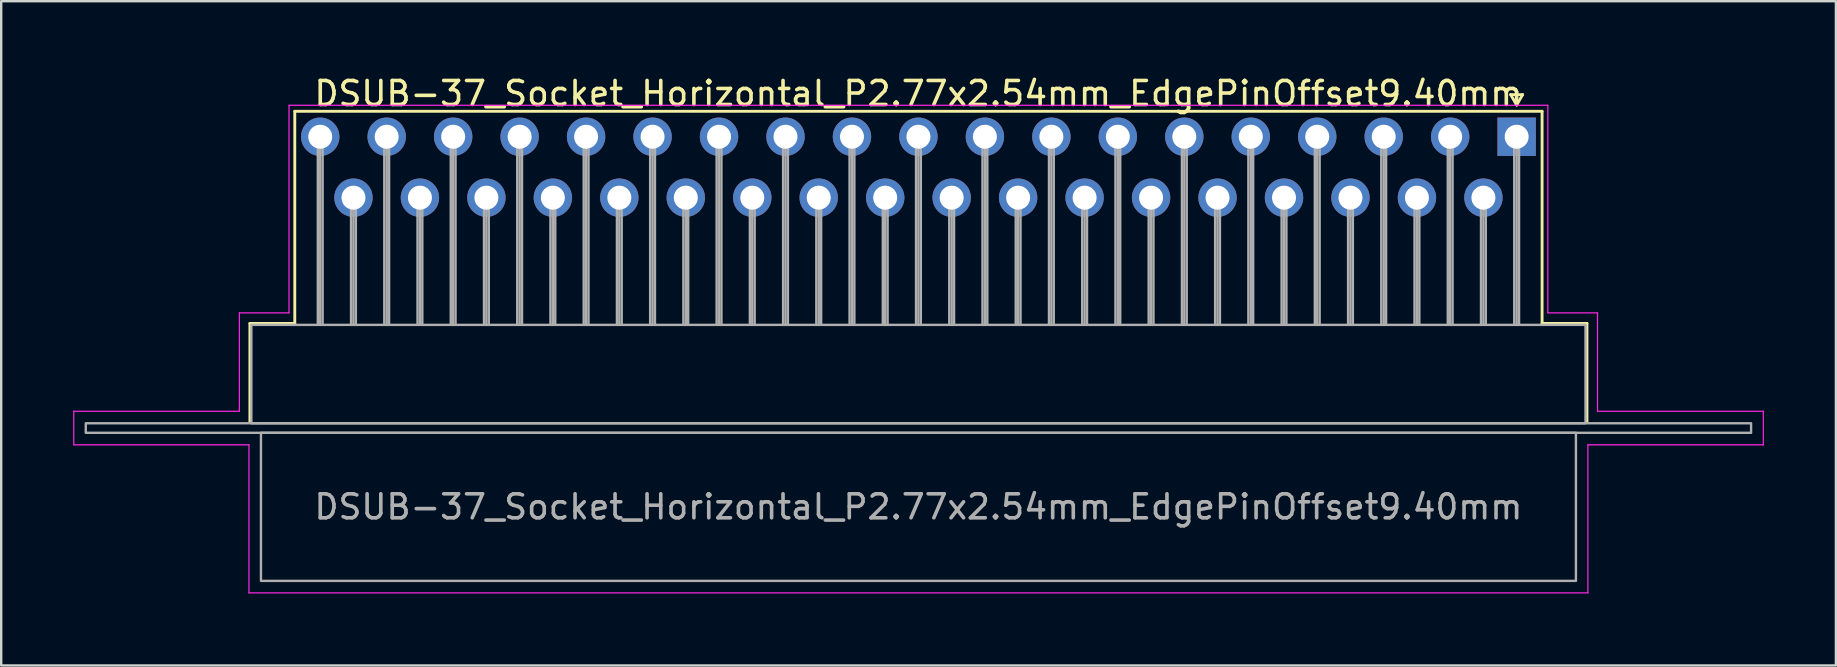
<source format=kicad_pcb>
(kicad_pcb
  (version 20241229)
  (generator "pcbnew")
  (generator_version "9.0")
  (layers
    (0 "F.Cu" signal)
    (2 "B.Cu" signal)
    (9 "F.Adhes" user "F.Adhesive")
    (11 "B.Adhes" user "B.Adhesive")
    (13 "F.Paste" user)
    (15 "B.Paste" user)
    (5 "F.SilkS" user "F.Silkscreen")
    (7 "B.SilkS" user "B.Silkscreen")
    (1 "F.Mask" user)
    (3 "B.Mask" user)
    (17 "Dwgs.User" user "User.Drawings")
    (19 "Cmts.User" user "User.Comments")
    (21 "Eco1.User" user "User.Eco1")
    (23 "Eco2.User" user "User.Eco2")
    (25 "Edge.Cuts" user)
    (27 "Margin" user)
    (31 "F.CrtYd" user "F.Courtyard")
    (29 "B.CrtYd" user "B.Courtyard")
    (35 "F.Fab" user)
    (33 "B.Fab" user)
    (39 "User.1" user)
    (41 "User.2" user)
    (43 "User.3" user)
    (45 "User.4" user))
  (footprint "DSUB-37_Socket_Horizontal_P2.77x2.54mm_EdgePinOffset9.40mm"
    (layer "F.Cu")
    (at 60.155 2.648)
    (property "Reference" "DSUB-37_Socket_Horizontal_P2.77x2.54mm_EdgePinOffset9.40mm" (at -24.93 -1.8 0) (layer "F.SilkS") (effects (font (size 1 1) (thickness 0.15))))
    (attr through_hole)
    (fp_line (start -52.79 7.78) (end -50.92 7.78) (stroke (width 0.12) (type solid)) (layer "F.SilkS"))
    (fp_line (start -52.79 11.88) (end -52.79 7.78) (stroke (width 0.12) (type solid)) (layer "F.SilkS"))
    (fp_line (start -50.92 -1.06) (end 1.06 -1.06) (stroke (width 0.12) (type solid)) (layer "F.SilkS"))
    (fp_line (start -50.92 7.78) (end -50.92 -1.06) (stroke (width 0.12) (type solid)) (layer "F.SilkS"))
    (fp_line (start -0.25 -1.754) (end 0.25 -1.754) (stroke (width 0.12) (type solid)) (layer "F.SilkS"))
    (fp_line (start 0 -1.321) (end -0.25 -1.754) (stroke (width 0.12) (type solid)) (layer "F.SilkS"))
    (fp_line (start 0.25 -1.754) (end 0 -1.321) (stroke (width 0.12) (type solid)) (layer "F.SilkS"))
    (fp_line (start 1.06 -1.06) (end 1.06 7.78) (stroke (width 0.12) (type solid)) (layer "F.SilkS"))
    (fp_line (start 1.06 7.78) (end 2.93 7.78) (stroke (width 0.12) (type solid)) (layer "F.SilkS"))
    (fp_line (start 2.93 7.78) (end 2.93 11.88) (stroke (width 0.12) (type solid)) (layer "F.SilkS"))
    (fp_line (start -60.13 11.44) (end -53.23 11.44) (stroke (width 0.05) (type solid)) (layer "F.CrtYd"))
    (fp_line (start -60.13 12.84) (end -60.13 11.44) (stroke (width 0.05) (type solid)) (layer "F.CrtYd"))
    (fp_line (start -53.23 7.34) (end -51.16 7.34) (stroke (width 0.05) (type solid)) (layer "F.CrtYd"))
    (fp_line (start -53.23 11.44) (end -53.23 7.34) (stroke (width 0.05) (type solid)) (layer "F.CrtYd"))
    (fp_line (start -52.83 12.84) (end -60.13 12.84) (stroke (width 0.05) (type solid)) (layer "F.CrtYd"))
    (fp_line (start -52.83 19.01) (end -52.83 12.84) (stroke (width 0.05) (type solid)) (layer "F.CrtYd"))
    (fp_line (start -51.16 -1.31) (end 1.3 -1.31) (stroke (width 0.05) (type solid)) (layer "F.CrtYd"))
    (fp_line (start -51.16 7.34) (end -51.16 -1.31) (stroke (width 0.05) (type solid)) (layer "F.CrtYd"))
    (fp_line (start 1.3 -1.31) (end 1.3 7.34) (stroke (width 0.05) (type solid)) (layer "F.CrtYd"))
    (fp_line (start 1.3 7.34) (end 3.37 7.34) (stroke (width 0.05) (type solid)) (layer "F.CrtYd"))
    (fp_line (start 2.97 12.84) (end 2.97 19.01) (stroke (width 0.05) (type solid)) (layer "F.CrtYd"))
    (fp_line (start 2.97 19.01) (end -52.83 19.01) (stroke (width 0.05) (type solid)) (layer "F.CrtYd"))
    (fp_line (start 3.37 7.34) (end 3.37 11.44) (stroke (width 0.05) (type solid)) (layer "F.CrtYd"))
    (fp_line (start 3.37 11.44) (end 10.28 11.44) (stroke (width 0.05) (type solid)) (layer "F.CrtYd"))
    (fp_line (start 10.28 11.44) (end 10.28 12.84) (stroke (width 0.05) (type solid)) (layer "F.CrtYd"))
    (fp_line (start 10.28 12.84) (end 2.97 12.84) (stroke (width 0.05) (type solid)) (layer "F.CrtYd"))
    (fp_line (start -49.96 0) (end -49.96 7.84) (stroke (width 0.1) (type solid)) (layer "F.Fab"))
    (fp_line (start -49.86 0) (end -49.86 7.84) (stroke (width 0.1) (type solid)) (layer "F.Fab"))
    (fp_line (start -49.76 0) (end -49.76 7.84) (stroke (width 0.1) (type solid)) (layer "F.Fab"))
    (fp_line (start -48.575 2.54) (end -48.575 7.84) (stroke (width 0.1) (type solid)) (layer "F.Fab"))
    (fp_line (start -48.475 2.54) (end -48.475 7.84) (stroke (width 0.1) (type solid)) (layer "F.Fab"))
    (fp_line (start -48.375 2.54) (end -48.375 7.84) (stroke (width 0.1) (type solid)) (layer "F.Fab"))
    (fp_line (start -47.19 0) (end -47.19 7.84) (stroke (width 0.1) (type solid)) (layer "F.Fab"))
    (fp_line (start -47.09 0) (end -47.09 7.84) (stroke (width 0.1) (type solid)) (layer "F.Fab"))
    (fp_line (start -46.99 0) (end -46.99 7.84) (stroke (width 0.1) (type solid)) (layer "F.Fab"))
    (fp_line (start -45.805 2.54) (end -45.805 7.84) (stroke (width 0.1) (type solid)) (layer "F.Fab"))
    (fp_line (start -45.705 2.54) (end -45.705 7.84) (stroke (width 0.1) (type solid)) (layer "F.Fab"))
    (fp_line (start -45.605 2.54) (end -45.605 7.84) (stroke (width 0.1) (type solid)) (layer "F.Fab"))
    (fp_line (start -44.42 0) (end -44.42 7.84) (stroke (width 0.1) (type solid)) (layer "F.Fab"))
    (fp_line (start -44.32 0) (end -44.32 7.84) (stroke (width 0.1) (type solid)) (layer "F.Fab"))
    (fp_line (start -44.22 0) (end -44.22 7.84) (stroke (width 0.1) (type solid)) (layer "F.Fab"))
    (fp_line (start -43.035 2.54) (end -43.035 7.84) (stroke (width 0.1) (type solid)) (layer "F.Fab"))
    (fp_line (start -42.935 2.54) (end -42.935 7.84) (stroke (width 0.1) (type solid)) (layer "F.Fab"))
    (fp_line (start -42.835 2.54) (end -42.835 7.84) (stroke (width 0.1) (type solid)) (layer "F.Fab"))
    (fp_line (start -41.65 0) (end -41.65 7.84) (stroke (width 0.1) (type solid)) (layer "F.Fab"))
    (fp_line (start -41.55 0) (end -41.55 7.84) (stroke (width 0.1) (type solid)) (layer "F.Fab"))
    (fp_line (start -41.45 0) (end -41.45 7.84) (stroke (width 0.1) (type solid)) (layer "F.Fab"))
    (fp_line (start -40.265 2.54) (end -40.265 7.84) (stroke (width 0.1) (type solid)) (layer "F.Fab"))
    (fp_line (start -40.165 2.54) (end -40.165 7.84) (stroke (width 0.1) (type solid)) (layer "F.Fab"))
    (fp_line (start -40.065 2.54) (end -40.065 7.84) (stroke (width 0.1) (type solid)) (layer "F.Fab"))
    (fp_line (start -38.88 0) (end -38.88 7.84) (stroke (width 0.1) (type solid)) (layer "F.Fab"))
    (fp_line (start -38.78 0) (end -38.78 7.84) (stroke (width 0.1) (type solid)) (layer "F.Fab"))
    (fp_line (start -38.68 0) (end -38.68 7.84) (stroke (width 0.1) (type solid)) (layer "F.Fab"))
    (fp_line (start -37.495 2.54) (end -37.495 7.84) (stroke (width 0.1) (type solid)) (layer "F.Fab"))
    (fp_line (start -37.395 2.54) (end -37.395 7.84) (stroke (width 0.1) (type solid)) (layer "F.Fab"))
    (fp_line (start -37.295 2.54) (end -37.295 7.84) (stroke (width 0.1) (type solid)) (layer "F.Fab"))
    (fp_line (start -36.11 0) (end -36.11 7.84) (stroke (width 0.1) (type solid)) (layer "F.Fab"))
    (fp_line (start -36.01 0) (end -36.01 7.84) (stroke (width 0.1) (type solid)) (layer "F.Fab"))
    (fp_line (start -35.91 0) (end -35.91 7.84) (stroke (width 0.1) (type solid)) (layer "F.Fab"))
    (fp_line (start -34.725 2.54) (end -34.725 7.84) (stroke (width 0.1) (type solid)) (layer "F.Fab"))
    (fp_line (start -34.625 2.54) (end -34.625 7.84) (stroke (width 0.1) (type solid)) (layer "F.Fab"))
    (fp_line (start -34.525 2.54) (end -34.525 7.84) (stroke (width 0.1) (type solid)) (layer "F.Fab"))
    (fp_line (start -33.34 0) (end -33.34 7.84) (stroke (width 0.1) (type solid)) (layer "F.Fab"))
    (fp_line (start -33.24 0) (end -33.24 7.84) (stroke (width 0.1) (type solid)) (layer "F.Fab"))
    (fp_line (start -33.14 0) (end -33.14 7.84) (stroke (width 0.1) (type solid)) (layer "F.Fab"))
    (fp_line (start -31.955 2.54) (end -31.955 7.84) (stroke (width 0.1) (type solid)) (layer "F.Fab"))
    (fp_line (start -31.855 2.54) (end -31.855 7.84) (stroke (width 0.1) (type solid)) (layer "F.Fab"))
    (fp_line (start -31.755 2.54) (end -31.755 7.84) (stroke (width 0.1) (type solid)) (layer "F.Fab"))
    (fp_line (start -30.57 0) (end -30.57 7.84) (stroke (width 0.1) (type solid)) (layer "F.Fab"))
    (fp_line (start -30.47 0) (end -30.47 7.84) (stroke (width 0.1) (type solid)) (layer "F.Fab"))
    (fp_line (start -30.37 0) (end -30.37 7.84) (stroke (width 0.1) (type solid)) (layer "F.Fab"))
    (fp_line (start -29.185 2.54) (end -29.185 7.84) (stroke (width 0.1) (type solid)) (layer "F.Fab"))
    (fp_line (start -29.085 2.54) (end -29.085 7.84) (stroke (width 0.1) (type solid)) (layer "F.Fab"))
    (fp_line (start -28.985 2.54) (end -28.985 7.84) (stroke (width 0.1) (type solid)) (layer "F.Fab"))
    (fp_line (start -27.8 0) (end -27.8 7.84) (stroke (width 0.1) (type solid)) (layer "F.Fab"))
    (fp_line (start -27.7 0) (end -27.7 7.84) (stroke (width 0.1) (type solid)) (layer "F.Fab"))
    (fp_line (start -27.6 0) (end -27.6 7.84) (stroke (width 0.1) (type solid)) (layer "F.Fab"))
    (fp_line (start -26.415 2.54) (end -26.415 7.84) (stroke (width 0.1) (type solid)) (layer "F.Fab"))
    (fp_line (start -26.315 2.54) (end -26.315 7.84) (stroke (width 0.1) (type solid)) (layer "F.Fab"))
    (fp_line (start -26.215 2.54) (end -26.215 7.84) (stroke (width 0.1) (type solid)) (layer "F.Fab"))
    (fp_line (start -25.03 0) (end -25.03 7.84) (stroke (width 0.1) (type solid)) (layer "F.Fab"))
    (fp_line (start -24.93 0) (end -24.93 7.84) (stroke (width 0.1) (type solid)) (layer "F.Fab"))
    (fp_line (start -24.83 0) (end -24.83 7.84) (stroke (width 0.1) (type solid)) (layer "F.Fab"))
    (fp_line (start -23.645 2.54) (end -23.645 7.84) (stroke (width 0.1) (type solid)) (layer "F.Fab"))
    (fp_line (start -23.545 2.54) (end -23.545 7.84) (stroke (width 0.1) (type solid)) (layer "F.Fab"))
    (fp_line (start -23.445 2.54) (end -23.445 7.84) (stroke (width 0.1) (type solid)) (layer "F.Fab"))
    (fp_line (start -22.26 0) (end -22.26 7.84) (stroke (width 0.1) (type solid)) (layer "F.Fab"))
    (fp_line (start -22.16 0) (end -22.16 7.84) (stroke (width 0.1) (type solid)) (layer "F.Fab"))
    (fp_line (start -22.06 0) (end -22.06 7.84) (stroke (width 0.1) (type solid)) (layer "F.Fab"))
    (fp_line (start -20.875 2.54) (end -20.875 7.84) (stroke (width 0.1) (type solid)) (layer "F.Fab"))
    (fp_line (start -20.775 2.54) (end -20.775 7.84) (stroke (width 0.1) (type solid)) (layer "F.Fab"))
    (fp_line (start -20.675 2.54) (end -20.675 7.84) (stroke (width 0.1) (type solid)) (layer "F.Fab"))
    (fp_line (start -19.49 0) (end -19.49 7.84) (stroke (width 0.1) (type solid)) (layer "F.Fab"))
    (fp_line (start -19.39 0) (end -19.39 7.84) (stroke (width 0.1) (type solid)) (layer "F.Fab"))
    (fp_line (start -19.29 0) (end -19.29 7.84) (stroke (width 0.1) (type solid)) (layer "F.Fab"))
    (fp_line (start -18.105 2.54) (end -18.105 7.84) (stroke (width 0.1) (type solid)) (layer "F.Fab"))
    (fp_line (start -18.005 2.54) (end -18.005 7.84) (stroke (width 0.1) (type solid)) (layer "F.Fab"))
    (fp_line (start -17.905 2.54) (end -17.905 7.84) (stroke (width 0.1) (type solid)) (layer "F.Fab"))
    (fp_line (start -16.72 0) (end -16.72 7.84) (stroke (width 0.1) (type solid)) (layer "F.Fab"))
    (fp_line (start -16.62 0) (end -16.62 7.84) (stroke (width 0.1) (type solid)) (layer "F.Fab"))
    (fp_line (start -16.52 0) (end -16.52 7.84) (stroke (width 0.1) (type solid)) (layer "F.Fab"))
    (fp_line (start -15.335 2.54) (end -15.335 7.84) (stroke (width 0.1) (type solid)) (layer "F.Fab"))
    (fp_line (start -15.235 2.54) (end -15.235 7.84) (stroke (width 0.1) (type solid)) (layer "F.Fab"))
    (fp_line (start -15.135 2.54) (end -15.135 7.84) (stroke (width 0.1) (type solid)) (layer "F.Fab"))
    (fp_line (start -13.95 0) (end -13.95 7.84) (stroke (width 0.1) (type solid)) (layer "F.Fab"))
    (fp_line (start -13.85 0) (end -13.85 7.84) (stroke (width 0.1) (type solid)) (layer "F.Fab"))
    (fp_line (start -13.75 0) (end -13.75 7.84) (stroke (width 0.1) (type solid)) (layer "F.Fab"))
    (fp_line (start -12.565 2.54) (end -12.565 7.84) (stroke (width 0.1) (type solid)) (layer "F.Fab"))
    (fp_line (start -12.465 2.54) (end -12.465 7.84) (stroke (width 0.1) (type solid)) (layer "F.Fab"))
    (fp_line (start -12.365 2.54) (end -12.365 7.84) (stroke (width 0.1) (type solid)) (layer "F.Fab"))
    (fp_line (start -11.18 0) (end -11.18 7.84) (stroke (width 0.1) (type solid)) (layer "F.Fab"))
    (fp_line (start -11.08 0) (end -11.08 7.84) (stroke (width 0.1) (type solid)) (layer "F.Fab"))
    (fp_line (start -10.98 0) (end -10.98 7.84) (stroke (width 0.1) (type solid)) (layer "F.Fab"))
    (fp_line (start -9.795 2.54) (end -9.795 7.84) (stroke (width 0.1) (type solid)) (layer "F.Fab"))
    (fp_line (start -9.695 2.54) (end -9.695 7.84) (stroke (width 0.1) (type solid)) (layer "F.Fab"))
    (fp_line (start -9.595 2.54) (end -9.595 7.84) (stroke (width 0.1) (type solid)) (layer "F.Fab"))
    (fp_line (start -8.41 0) (end -8.41 7.84) (stroke (width 0.1) (type solid)) (layer "F.Fab"))
    (fp_line (start -8.31 0) (end -8.31 7.84) (stroke (width 0.1) (type solid)) (layer "F.Fab"))
    (fp_line (start -8.21 0) (end -8.21 7.84) (stroke (width 0.1) (type solid)) (layer "F.Fab"))
    (fp_line (start -7.025 2.54) (end -7.025 7.84) (stroke (width 0.1) (type solid)) (layer "F.Fab"))
    (fp_line (start -6.925 2.54) (end -6.925 7.84) (stroke (width 0.1) (type solid)) (layer "F.Fab"))
    (fp_line (start -6.825 2.54) (end -6.825 7.84) (stroke (width 0.1) (type solid)) (layer "F.Fab"))
    (fp_line (start -5.64 0) (end -5.64 7.84) (stroke (width 0.1) (type solid)) (layer "F.Fab"))
    (fp_line (start -5.54 0) (end -5.54 7.84) (stroke (width 0.1) (type solid)) (layer "F.Fab"))
    (fp_line (start -5.44 0) (end -5.44 7.84) (stroke (width 0.1) (type solid)) (layer "F.Fab"))
    (fp_line (start -4.255 2.54) (end -4.255 7.84) (stroke (width 0.1) (type solid)) (layer "F.Fab"))
    (fp_line (start -4.155 2.54) (end -4.155 7.84) (stroke (width 0.1) (type solid)) (layer "F.Fab"))
    (fp_line (start -4.055 2.54) (end -4.055 7.84) (stroke (width 0.1) (type solid)) (layer "F.Fab"))
    (fp_line (start -2.87 0) (end -2.87 7.84) (stroke (width 0.1) (type solid)) (layer "F.Fab"))
    (fp_line (start -2.77 0) (end -2.77 7.84) (stroke (width 0.1) (type solid)) (layer "F.Fab"))
    (fp_line (start -2.67 0) (end -2.67 7.84) (stroke (width 0.1) (type solid)) (layer "F.Fab"))
    (fp_line (start -1.485 2.54) (end -1.485 7.84) (stroke (width 0.1) (type solid)) (layer "F.Fab"))
    (fp_line (start -1.385 2.54) (end -1.385 7.84) (stroke (width 0.1) (type solid)) (layer "F.Fab"))
    (fp_line (start -1.285 2.54) (end -1.285 7.84) (stroke (width 0.1) (type solid)) (layer "F.Fab"))
    (fp_line (start -0.1 0) (end -0.1 7.84) (stroke (width 0.1) (type solid)) (layer "F.Fab"))
    (fp_line (start 0 0) (end 0 7.84) (stroke (width 0.1) (type solid)) (layer "F.Fab"))
    (fp_line (start 0.1 0) (end 0.1 7.84) (stroke (width 0.1) (type solid)) (layer "F.Fab"))
    (fp_rect (start -59.63 11.94) (end 9.77 12.34) (stroke (width 0.1) (type solid)) (fill no) (layer "F.Fab"))
    (fp_rect (start -52.73 7.84) (end 2.87 11.94) (stroke (width 0.1) (type solid)) (fill no) (layer "F.Fab"))
    (fp_rect (start -52.33 12.34) (end 2.47 18.51) (stroke (width 0.1) (type solid)) (fill no) (layer "F.Fab"))
    (fp_text user "${REFERENCE}" (at -24.93 15.425 0) (layer "F.Fab") (effects (font (size 1 1) (thickness 0.15))))
    (pad "1" thru_hole rect (at 0 0) (size 1.6 1.6) (drill 1) (layers "*.Cu" "*.Mask"))
    (pad "2" thru_hole circle (at -2.77 0) (size 1.6 1.6) (drill 1) (layers "*.Cu" "*.Mask"))
    (pad "3" thru_hole circle (at -5.54 0) (size 1.6 1.6) (drill 1) (layers "*.Cu" "*.Mask"))
    (pad "4" thru_hole circle (at -8.31 0) (size 1.6 1.6) (drill 1) (layers "*.Cu" "*.Mask"))
    (pad "5" thru_hole circle (at -11.08 0) (size 1.6 1.6) (drill 1) (layers "*.Cu" "*.Mask"))
    (pad "6" thru_hole circle (at -13.85 0) (size 1.6 1.6) (drill 1) (layers "*.Cu" "*.Mask"))
    (pad "7" thru_hole circle (at -16.62 0) (size 1.6 1.6) (drill 1) (layers "*.Cu" "*.Mask"))
    (pad "8" thru_hole circle (at -19.39 0) (size 1.6 1.6) (drill 1) (layers "*.Cu" "*.Mask"))
    (pad "9" thru_hole circle (at -22.16 0) (size 1.6 1.6) (drill 1) (layers "*.Cu" "*.Mask"))
    (pad "10" thru_hole circle (at -24.93 0) (size 1.6 1.6) (drill 1) (layers "*.Cu" "*.Mask"))
    (pad "11" thru_hole circle (at -27.7 0) (size 1.6 1.6) (drill 1) (layers "*.Cu" "*.Mask"))
    (pad "12" thru_hole circle (at -30.47 0) (size 1.6 1.6) (drill 1) (layers "*.Cu" "*.Mask"))
    (pad "13" thru_hole circle (at -33.24 0) (size 1.6 1.6) (drill 1) (layers "*.Cu" "*.Mask"))
    (pad "14" thru_hole circle (at -36.01 0) (size 1.6 1.6) (drill 1) (layers "*.Cu" "*.Mask"))
    (pad "15" thru_hole circle (at -38.78 0) (size 1.6 1.6) (drill 1) (layers "*.Cu" "*.Mask"))
    (pad "16" thru_hole circle (at -41.55 0) (size 1.6 1.6) (drill 1) (layers "*.Cu" "*.Mask"))
    (pad "17" thru_hole circle (at -44.32 0) (size 1.6 1.6) (drill 1) (layers "*.Cu" "*.Mask"))
    (pad "18" thru_hole circle (at -47.09 0) (size 1.6 1.6) (drill 1) (layers "*.Cu" "*.Mask"))
    (pad "19" thru_hole circle (at -49.86 0) (size 1.6 1.6) (drill 1) (layers "*.Cu" "*.Mask"))
    (pad "20" thru_hole circle (at -1.385 2.54) (size 1.6 1.6) (drill 1) (layers "*.Cu" "*.Mask"))
    (pad "21" thru_hole circle (at -4.155 2.54) (size 1.6 1.6) (drill 1) (layers "*.Cu" "*.Mask"))
    (pad "22" thru_hole circle (at -6.925 2.54) (size 1.6 1.6) (drill 1) (layers "*.Cu" "*.Mask"))
    (pad "23" thru_hole circle (at -9.695 2.54) (size 1.6 1.6) (drill 1) (layers "*.Cu" "*.Mask"))
    (pad "24" thru_hole circle (at -12.465 2.54) (size 1.6 1.6) (drill 1) (layers "*.Cu" "*.Mask"))
    (pad "25" thru_hole circle (at -15.235 2.54) (size 1.6 1.6) (drill 1) (layers "*.Cu" "*.Mask"))
    (pad "26" thru_hole circle (at -18.005 2.54) (size 1.6 1.6) (drill 1) (layers "*.Cu" "*.Mask"))
    (pad "27" thru_hole circle (at -20.775 2.54) (size 1.6 1.6) (drill 1) (layers "*.Cu" "*.Mask"))
    (pad "28" thru_hole circle (at -23.545 2.54) (size 1.6 1.6) (drill 1) (layers "*.Cu" "*.Mask"))
    (pad "29" thru_hole circle (at -26.315 2.54) (size 1.6 1.6) (drill 1) (layers "*.Cu" "*.Mask"))
    (pad "30" thru_hole circle (at -29.085 2.54) (size 1.6 1.6) (drill 1) (layers "*.Cu" "*.Mask"))
    (pad "31" thru_hole circle (at -31.855 2.54) (size 1.6 1.6) (drill 1) (layers "*.Cu" "*.Mask"))
    (pad "32" thru_hole circle (at -34.625 2.54) (size 1.6 1.6) (drill 1) (layers "*.Cu" "*.Mask"))
    (pad "33" thru_hole circle (at -37.395 2.54) (size 1.6 1.6) (drill 1) (layers "*.Cu" "*.Mask"))
    (pad "34" thru_hole circle (at -40.165 2.54) (size 1.6 1.6) (drill 1) (layers "*.Cu" "*.Mask"))
    (pad "35" thru_hole circle (at -42.935 2.54) (size 1.6 1.6) (drill 1) (layers "*.Cu" "*.Mask"))
    (pad "36" thru_hole circle (at -45.705 2.54) (size 1.6 1.6) (drill 1) (layers "*.Cu" "*.Mask"))
    (pad "37" thru_hole circle (at -48.475 2.54) (size 1.6 1.6) (drill 1) (layers "*.Cu" "*.Mask")))
  (gr_rect
    (start -3 -3)
    (end 73.46 24.683)
    (stroke (width 0.1) (type default))
    (fill no)
    (layer "Edge.Cuts")))
</source>
